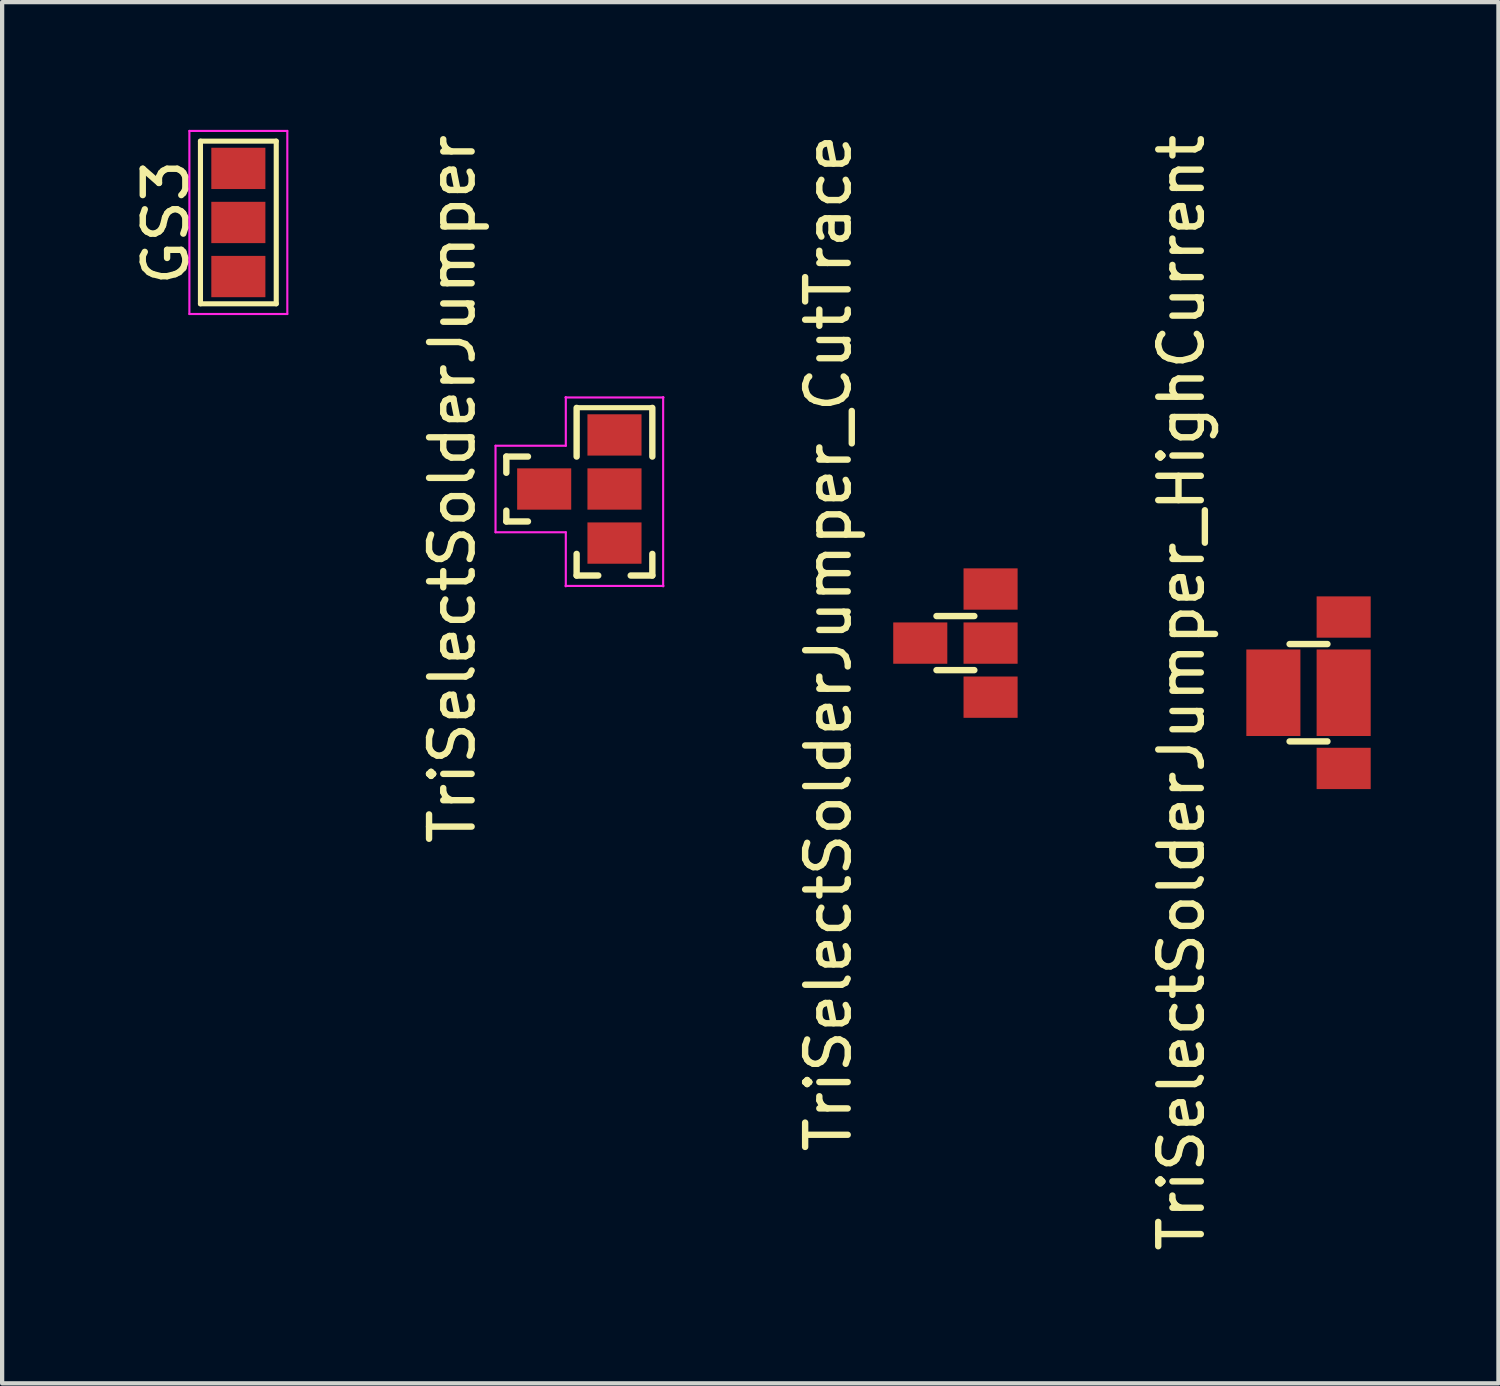
<source format=kicad_pcb>
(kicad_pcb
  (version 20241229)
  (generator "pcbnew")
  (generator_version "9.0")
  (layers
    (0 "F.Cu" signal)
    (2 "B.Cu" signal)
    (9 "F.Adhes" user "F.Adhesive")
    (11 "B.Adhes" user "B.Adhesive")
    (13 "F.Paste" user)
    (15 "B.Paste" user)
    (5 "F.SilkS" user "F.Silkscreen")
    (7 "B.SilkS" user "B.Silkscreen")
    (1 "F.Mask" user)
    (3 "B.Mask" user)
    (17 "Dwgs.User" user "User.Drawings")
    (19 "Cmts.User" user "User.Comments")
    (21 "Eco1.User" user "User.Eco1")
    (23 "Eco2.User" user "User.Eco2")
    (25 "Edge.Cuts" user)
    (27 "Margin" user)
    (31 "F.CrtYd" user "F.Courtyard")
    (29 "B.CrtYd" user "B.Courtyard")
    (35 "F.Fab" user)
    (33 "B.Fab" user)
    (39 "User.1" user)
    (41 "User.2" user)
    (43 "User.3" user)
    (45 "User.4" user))
  (footprint "GS3"
    (layer "F.Cu")
    (at 2.548 2.175)
    (property "Reference" "GS3" (at -1.7 0 90) (layer "F.SilkS") (effects (font (size 1 1) (thickness 0.15))))
    (attr smd)
    (fp_line (start -0.89 -1.91) (end -0.89 1.91) (stroke (width 0.12) (type solid)) (layer "F.SilkS"))
    (fp_line (start -0.89 -1.91) (end 0.89 -1.91) (stroke (width 0.12) (type solid)) (layer "F.SilkS"))
    (fp_line (start -0.89 1.91) (end 0.89 1.91) (stroke (width 0.12) (type solid)) (layer "F.SilkS"))
    (fp_line (start 0.89 1.91) (end 0.89 -1.91) (stroke (width 0.12) (type solid)) (layer "F.SilkS"))
    (fp_line (start -1.15 -2.15) (end 1.15 -2.15) (stroke (width 0.05) (type solid)) (layer "F.CrtYd"))
    (fp_line (start -1.15 2.15) (end -1.15 -2.15) (stroke (width 0.05) (type solid)) (layer "F.CrtYd"))
    (fp_line (start 1.15 -2.15) (end 1.15 2.15) (stroke (width 0.05) (type solid)) (layer "F.CrtYd"))
    (fp_line (start 1.15 2.15) (end -1.15 2.15) (stroke (width 0.05) (type solid)) (layer "F.CrtYd"))
    (pad "1" smd rect (at 0 -1.27) (size 1.27 0.97) (layers "F.Cu" "F.Mask" "F.Paste"))
    (pad "2" smd rect (at 0 0) (size 1.27 0.97) (layers "F.Cu" "F.Mask" "F.Paste"))
    (pad "3" smd rect (at 0 1.27) (size 1.27 0.97) (layers "F.Cu" "F.Mask" "F.Paste")))
  (footprint "TriSelectSolderJumper"
    (layer "F.Cu")
    (at 11.382 8.435)
    (property "Reference" "TriSelectSolderJumper" (at -3.81 0 90) (layer "F.SilkS") (effects (font (size 1 1) (thickness 0.15))))
    (attr smd)
    (fp_line (start -2.54 -0.762) (end -2.54 -0.381) (stroke (width 0.15) (type solid)) (layer "F.SilkS"))
    (fp_line (start -2.54 0.762) (end -2.54 0.508) (stroke (width 0.15) (type solid)) (layer "F.SilkS"))
    (fp_line (start -2.032 -0.762) (end -2.54 -0.762) (stroke (width 0.15) (type solid)) (layer "F.SilkS"))
    (fp_line (start -2.032 0.762) (end -2.54 0.762) (stroke (width 0.15) (type solid)) (layer "F.SilkS"))
    (fp_line (start -0.89 -1.91) (end 0.89 -1.91) (stroke (width 0.12) (type solid)) (layer "F.SilkS"))
    (fp_line (start -0.889 -1.905) (end -0.889 -0.762) (stroke (width 0.15) (type solid)) (layer "F.SilkS"))
    (fp_line (start -0.889 2.032) (end -0.889 1.524) (stroke (width 0.15) (type solid)) (layer "F.SilkS"))
    (fp_line (start -0.381 2.032) (end -0.889 2.032) (stroke (width 0.15) (type solid)) (layer "F.SilkS"))
    (fp_line (start 0.889 -1.905) (end 0.889 -0.762) (stroke (width 0.15) (type solid)) (layer "F.SilkS"))
    (fp_line (start 0.889 1.524) (end 0.889 2.032) (stroke (width 0.15) (type solid)) (layer "F.SilkS"))
    (fp_line (start 0.889 2.032) (end 0.381 2.032) (stroke (width 0.15) (type solid)) (layer "F.SilkS"))
    (fp_line (start -2.794 -1.016) (end -1.143 -1.016) (stroke (width 0.05) (type solid)) (layer "F.CrtYd"))
    (fp_line (start -2.794 1.016) (end -2.794 -1.016) (stroke (width 0.05) (type solid)) (layer "F.CrtYd"))
    (fp_line (start -1.15 -2.15) (end 1.15 -2.15) (stroke (width 0.05) (type solid)) (layer "F.CrtYd"))
    (fp_line (start -1.143 -1.016) (end -1.143 -2.159) (stroke (width 0.05) (type solid)) (layer "F.CrtYd"))
    (fp_line (start -1.143 1.016) (end -2.794 1.016) (stroke (width 0.05) (type solid)) (layer "F.CrtYd"))
    (fp_line (start -1.143 2.286) (end -1.143 1.016) (stroke (width 0.05) (type solid)) (layer "F.CrtYd"))
    (fp_line (start 1.143 2.286) (end 1.143 -2.159) (stroke (width 0.05) (type solid)) (layer "F.CrtYd"))
    (fp_line (start 1.15 2.277) (end -1.15 2.277) (stroke (width 0.05) (type solid)) (layer "F.CrtYd"))
    (pad "1" smd rect (at 0 -1.27) (size 1.27 0.97) (layers "F.Cu" "F.Mask" "F.Paste"))
    (pad "2" smd rect (at 0 0) (size 1.27 0.97) (layers "F.Cu" "F.Mask" "F.Paste"))
    (pad "3" smd rect (at 0 1.27) (size 1.27 0.97) (layers "F.Cu" "F.Mask" "F.Paste"))
    (pad "4" smd rect (at -1.651 0) (size 1.27 0.97) (layers "F.Cu" "F.Mask" "F.Paste")))
  (footprint "TriSelectSolderJumper_CutTrace"
    (layer "F.Cu")
    (at 20.215 12.054)
    (property "Reference" "TriSelectSolderJumper_CutTrace" (at -3.81 0 90) (layer "F.SilkS") (effects (font (size 1 1) (thickness 0.15))))
    (attr smd)
    (fp_line (start -1.27 -0.635) (end -0.381 -0.635) (stroke (width 0.15) (type solid)) (layer "F.SilkS"))
    (fp_line (start -1.27 0.635) (end -0.381 0.635) (stroke (width 0.15) (type solid)) (layer "F.SilkS"))
    (pad "1" smd rect (at 0 -1.27) (size 1.27 0.97) (layers "F.Cu" "F.Mask" "F.Paste"))
    (pad "2" smd rect (at 0 0) (size 1.27 0.97) (layers "F.Cu" "F.Mask" "F.Paste"))
    (pad "3" smd rect (at 0 1.27) (size 1.27 0.97) (layers "F.Cu" "F.Mask" "F.Paste"))
    (pad "4" smd rect (at -1.651 0) (size 1.27 0.97) (layers "F.Cu" "F.Mask" "F.Paste")))
  (footprint "TriSelectSolderJumper_HighCurrent"
    (layer "F.Cu")
    (at 28.508 13.22)
    (property "Reference" "TriSelectSolderJumper_HighCurrent" (at -3.81 0 90) (layer "F.SilkS") (effects (font (size 1 1) (thickness 0.15))))
    (attr smd)
    (fp_line (start -1.27 -1.143) (end -0.381 -1.143) (stroke (width 0.15) (type solid)) (layer "F.SilkS"))
    (fp_line (start -1.27 1.143) (end -0.381 1.143) (stroke (width 0.15) (type solid)) (layer "F.SilkS"))
    (pad "1" smd rect (at 0 -1.778) (size 1.27 0.97) (layers "F.Cu" "F.Mask" "F.Paste"))
    (pad "2" smd rect (at 0 0) (size 1.27 2.032) (layers "F.Cu" "F.Mask" "F.Paste"))
    (pad "3" smd rect (at 0 1.778) (size 1.27 0.97) (layers "F.Cu" "F.Mask" "F.Paste"))
    (pad "4" smd rect (at -1.651 0) (size 1.27 2.032) (layers "F.Cu" "F.Mask" "F.Paste")))
  (gr_rect
    (start -3 -3)
    (end 32.143 29.44)
    (stroke (width 0.1) (type default))
    (fill no)
    (layer "Edge.Cuts")))
</source>
